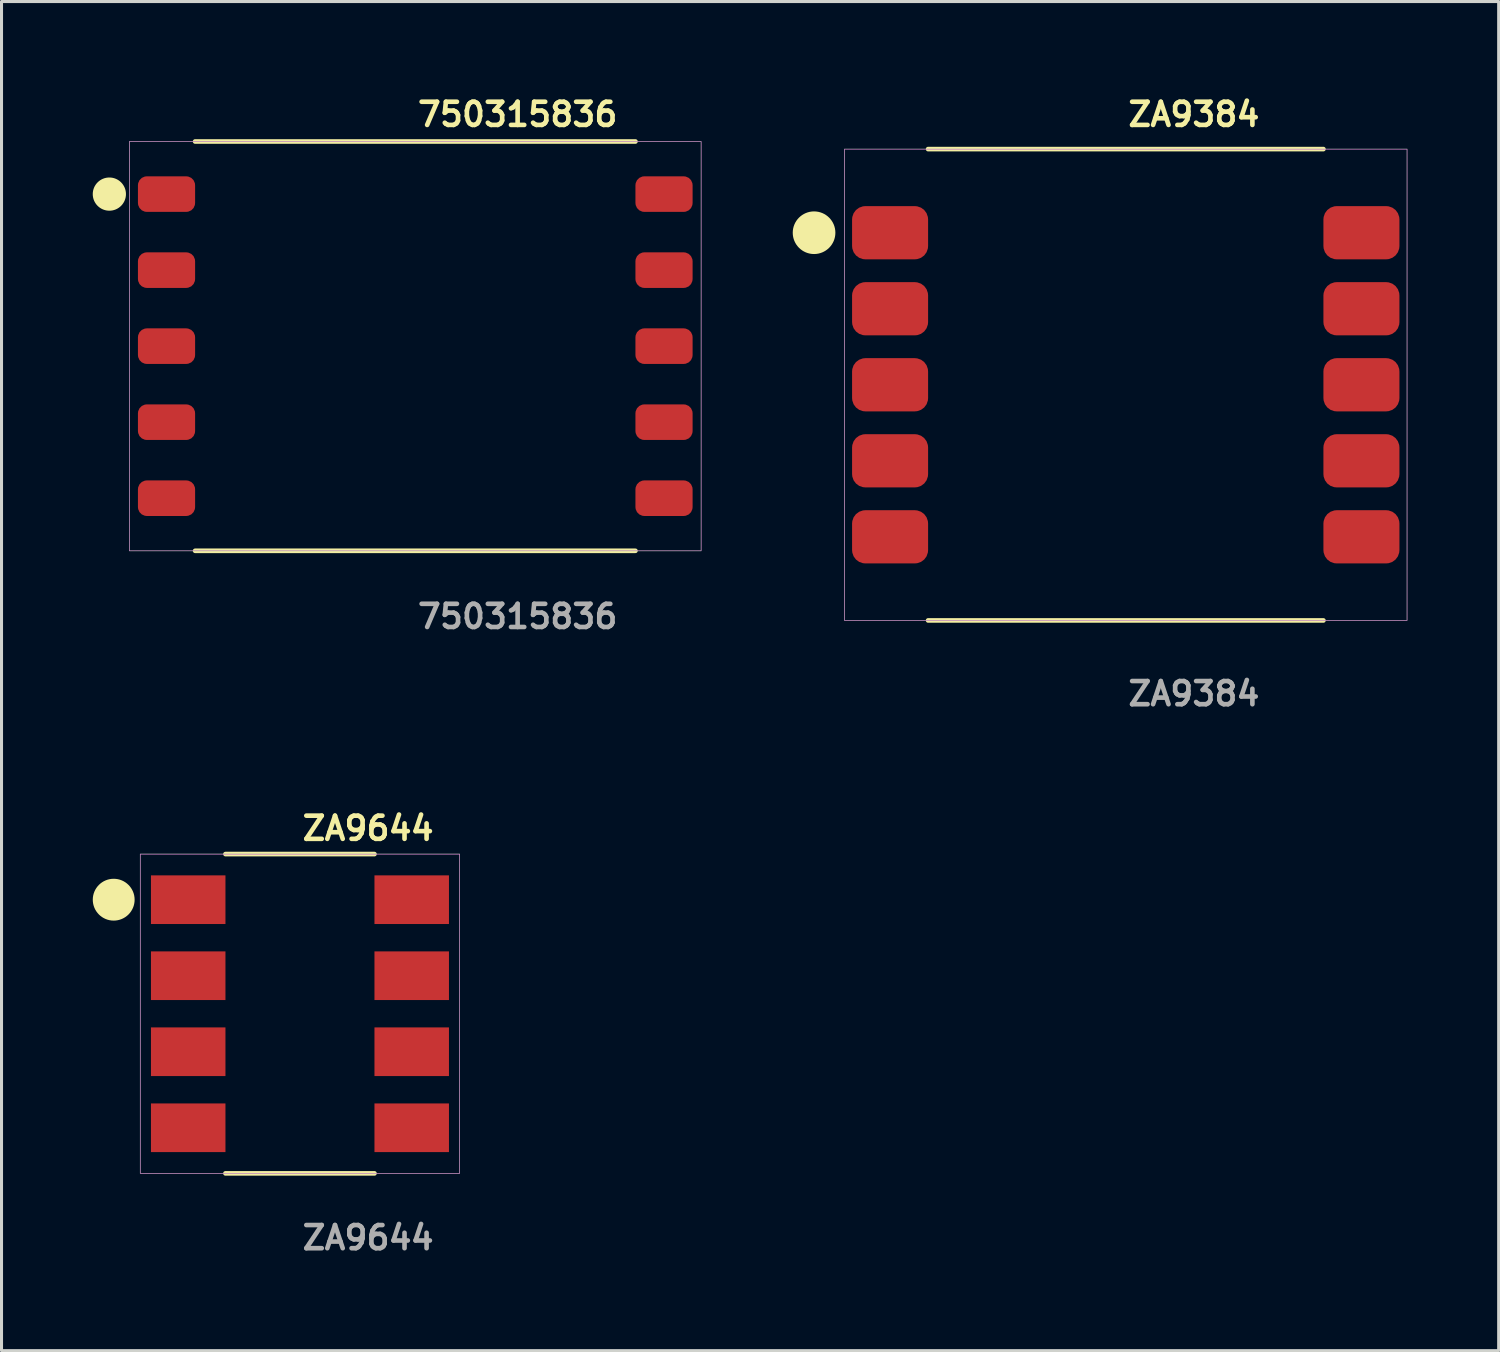
<source format=kicad_pcb>
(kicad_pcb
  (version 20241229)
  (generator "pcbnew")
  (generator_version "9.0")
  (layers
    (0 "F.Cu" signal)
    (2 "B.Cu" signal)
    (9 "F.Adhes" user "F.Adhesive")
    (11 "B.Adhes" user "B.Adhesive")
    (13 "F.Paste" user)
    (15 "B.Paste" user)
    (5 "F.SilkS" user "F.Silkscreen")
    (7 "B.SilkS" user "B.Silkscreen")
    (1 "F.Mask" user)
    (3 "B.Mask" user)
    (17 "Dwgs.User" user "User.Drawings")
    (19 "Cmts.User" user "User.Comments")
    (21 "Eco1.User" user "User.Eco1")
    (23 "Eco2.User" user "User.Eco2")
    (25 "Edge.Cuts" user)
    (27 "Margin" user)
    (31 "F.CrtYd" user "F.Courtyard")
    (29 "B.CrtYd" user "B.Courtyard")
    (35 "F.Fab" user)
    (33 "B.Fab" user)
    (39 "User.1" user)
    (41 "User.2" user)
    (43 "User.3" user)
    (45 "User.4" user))
  (footprint "750315836"
    (layer "F.Cu")
    (at 10.606 8.333)
    (property "Reference" "750315836" (at 0 -7.62 0) (unlocked yes) (layer "F.SilkS") (effects (font (size 0.762 0.762) (thickness 0.152)) (justify left)))
    (fp_line (start 7.24 -6.73) (end -7.24 -6.73) (stroke (width 0.152) (type solid)) (layer "F.SilkS"))
    (fp_line (start 7.24 6.73) (end -7.24 6.73) (stroke (width 0.152) (type solid)) (layer "F.SilkS"))
    (fp_circle (center -10.06 -5) (end -10.53 -5) (stroke (width 0.152) (type solid)) (fill yes) (layer "F.SilkS"))
    (fp_rect (start -9.4 -6.73) (end 9.4 6.73) (stroke (width 0.006) (type solid)) (fill no) (layer "F.CrtYd"))
    (fp_rect (start -9.4 -6.73) (end 9.4 6.73) (stroke (width 0.025) (type default)) (fill no) (layer "F.Fab"))
    (fp_text user "${REFERENCE}" (at 0 8.89 0) (unlocked yes) (layer "F.Fab") (effects (font (size 0.762 0.762) (thickness 0.152)) (justify left)))
    (pad "1" smd roundrect (at -8.18 -5) (size 1.88 1.17) (layers "F.Cu" "F.Mask" "F.Paste") (roundrect_rratio 0.25))
    (pad "2" smd roundrect (at -8.18 -2.5) (size 1.88 1.17) (layers "F.Cu" "F.Mask" "F.Paste") (roundrect_rratio 0.25))
    (pad "3" smd roundrect (at -8.18 0) (size 1.88 1.17) (layers "F.Cu" "F.Mask" "F.Paste") (roundrect_rratio 0.25))
    (pad "4" smd roundrect (at -8.18 2.5) (size 1.88 1.17) (layers "F.Cu" "F.Mask" "F.Paste") (roundrect_rratio 0.25))
    (pad "5" smd roundrect (at -8.18 5) (size 1.88 1.17) (layers "F.Cu" "F.Mask" "F.Paste") (roundrect_rratio 0.25))
    (pad "6" smd roundrect (at 8.18 5) (size 1.88 1.17) (layers "F.Cu" "F.Mask" "F.Paste") (roundrect_rratio 0.25))
    (pad "7" smd roundrect (at 8.18 2.5) (size 1.88 1.17) (layers "F.Cu" "F.Mask" "F.Paste") (roundrect_rratio 0.25))
    (pad "8" smd roundrect (at 8.18 0) (size 1.88 1.17) (layers "F.Cu" "F.Mask" "F.Paste") (roundrect_rratio 0.25))
    (pad "9" smd roundrect (at 8.18 -2.5) (size 1.88 1.17) (layers "F.Cu" "F.Mask" "F.Paste") (roundrect_rratio 0.25))
    (pad "10" smd roundrect (at 8.18 -5) (size 1.88 1.17) (layers "F.Cu" "F.Mask" "F.Paste") (roundrect_rratio 0.25)))
  (footprint "ZA9644"
    (layer "F.Cu")
    (at 6.814 30.286)
    (property "Reference" "ZA9644" (at 0 -6.096 0) (unlocked yes) (layer "F.SilkS") (effects (font (size 0.762 0.762) (thickness 0.152)) (justify left)))
    (fp_line (start 2.45 -5.25) (end -2.45 -5.25) (stroke (width 0.152) (type solid)) (layer "F.SilkS"))
    (fp_line (start 2.45 5.25) (end -2.45 5.25) (stroke (width 0.152) (type solid)) (layer "F.SilkS"))
    (fp_circle (center -6.125 -3.75) (end -6.737 -3.75) (stroke (width 0.152) (type solid)) (fill yes) (layer "F.SilkS"))
    (fp_rect (start -5.25 -5.25) (end 5.25 5.25) (stroke (width 0.006) (type solid)) (fill no) (layer "F.CrtYd"))
    (fp_rect (start -5.25 -5.25) (end 5.25 5.25) (stroke (width 0.025) (type default)) (fill no) (layer "F.Fab"))
    (fp_text user "${REFERENCE}" (at 0 7.366 0) (unlocked yes) (layer "F.Fab") (effects (font (size 0.762 0.762) (thickness 0.152)) (justify left)))
    (pad "1" smd rect (at -3.675 -3.75) (size 2.45 1.6) (layers "F.Cu" "F.Mask" "F.Paste"))
    (pad "2" smd rect (at -3.675 -1.25) (size 2.45 1.6) (layers "F.Cu" "F.Mask" "F.Paste"))
    (pad "3" smd rect (at -3.675 1.25) (size 2.45 1.6) (layers "F.Cu" "F.Mask" "F.Paste"))
    (pad "4" smd rect (at -3.675 3.75) (size 2.45 1.6) (layers "F.Cu" "F.Mask" "F.Paste"))
    (pad "5" smd rect (at 3.675 3.75) (size 2.45 1.6) (layers "F.Cu" "F.Mask" "F.Paste"))
    (pad "6" smd rect (at 3.675 1.25) (size 2.45 1.6) (layers "F.Cu" "F.Mask" "F.Paste"))
    (pad "7" smd rect (at 3.675 -1.25) (size 2.45 1.6) (layers "F.Cu" "F.Mask" "F.Paste"))
    (pad "8" smd rect (at 3.675 -3.75) (size 2.45 1.6) (layers "F.Cu" "F.Mask" "F.Paste")))
  (footprint "ZA9384"
    (layer "F.Cu")
    (at 33.97 9.603)
    (property "Reference" "ZA9384" (at 0 -8.89 0) (unlocked yes) (layer "F.SilkS") (effects (font (size 0.762 0.762) (thickness 0.152)) (justify left)))
    (fp_line (start 6.5 -7.75) (end -6.5 -7.75) (stroke (width 0.152) (type solid)) (layer "F.SilkS"))
    (fp_line (start 6.5 7.75) (end -6.5 7.75) (stroke (width 0.152) (type solid)) (layer "F.SilkS"))
    (fp_circle (center -10.25 -5) (end -10.875 -5) (stroke (width 0.152) (type solid)) (fill yes) (layer "F.SilkS"))
    (fp_rect (start -9.25 -7.75) (end 9.25 7.75) (stroke (width 0.006) (type solid)) (fill no) (layer "F.CrtYd"))
    (fp_rect (start -9.25 -7.75) (end 9.25 7.75) (stroke (width 0.025) (type default)) (fill no) (layer "F.Fab"))
    (fp_text user "${REFERENCE}" (at 0 10.16 0) (unlocked yes) (layer "F.Fab") (effects (font (size 0.762 0.762) (thickness 0.152)) (justify left)))
    (pad "1" smd roundrect (at -7.75 -5) (size 2.5 1.75) (layers "F.Cu" "F.Mask" "F.Paste") (roundrect_rratio 0.25))
    (pad "2" smd roundrect (at -7.75 -2.5) (size 2.5 1.75) (layers "F.Cu" "F.Mask" "F.Paste") (roundrect_rratio 0.25))
    (pad "3" smd roundrect (at -7.75 0) (size 2.5 1.75) (layers "F.Cu" "F.Mask" "F.Paste") (roundrect_rratio 0.25))
    (pad "4" smd roundrect (at -7.75 2.5) (size 2.5 1.75) (layers "F.Cu" "F.Mask" "F.Paste") (roundrect_rratio 0.25))
    (pad "5" smd roundrect (at -7.75 5) (size 2.5 1.75) (layers "F.Cu" "F.Mask" "F.Paste") (roundrect_rratio 0.25))
    (pad "6" smd roundrect (at 7.75 5) (size 2.5 1.75) (layers "F.Cu" "F.Mask" "F.Paste") (roundrect_rratio 0.25))
    (pad "7" smd roundrect (at 7.75 2.5) (size 2.5 1.75) (layers "F.Cu" "F.Mask" "F.Paste") (roundrect_rratio 0.25))
    (pad "8" smd roundrect (at 7.75 0) (size 2.5 1.75) (layers "F.Cu" "F.Mask" "F.Paste") (roundrect_rratio 0.25))
    (pad "9" smd roundrect (at 7.75 -2.5) (size 2.5 1.75) (layers "F.Cu" "F.Mask" "F.Paste") (roundrect_rratio 0.25))
    (pad "10" smd roundrect (at 7.75 -5) (size 2.5 1.75) (layers "F.Cu" "F.Mask" "F.Paste") (roundrect_rratio 0.25)))
  (gr_rect
    (start -3 -3)
    (end 46.233 41.365)
    (stroke (width 0.1) (type default))
    (fill no)
    (layer "Edge.Cuts")))
</source>
